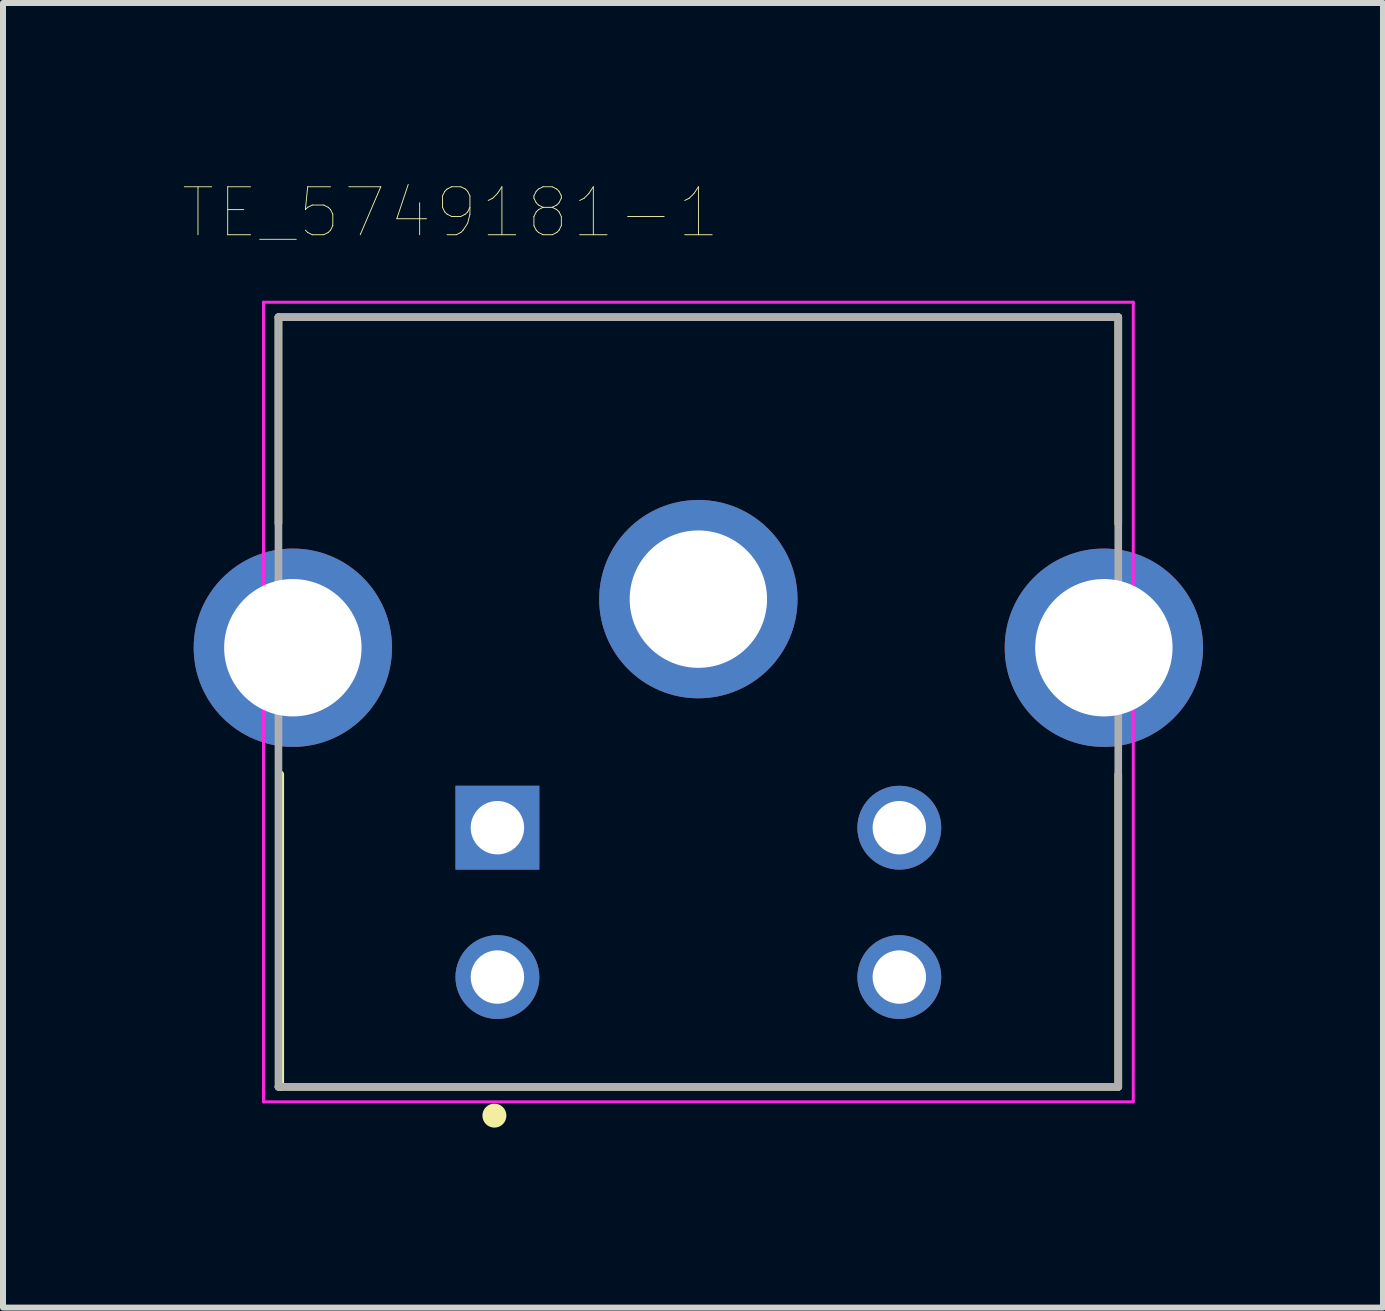
<source format=kicad_pcb>
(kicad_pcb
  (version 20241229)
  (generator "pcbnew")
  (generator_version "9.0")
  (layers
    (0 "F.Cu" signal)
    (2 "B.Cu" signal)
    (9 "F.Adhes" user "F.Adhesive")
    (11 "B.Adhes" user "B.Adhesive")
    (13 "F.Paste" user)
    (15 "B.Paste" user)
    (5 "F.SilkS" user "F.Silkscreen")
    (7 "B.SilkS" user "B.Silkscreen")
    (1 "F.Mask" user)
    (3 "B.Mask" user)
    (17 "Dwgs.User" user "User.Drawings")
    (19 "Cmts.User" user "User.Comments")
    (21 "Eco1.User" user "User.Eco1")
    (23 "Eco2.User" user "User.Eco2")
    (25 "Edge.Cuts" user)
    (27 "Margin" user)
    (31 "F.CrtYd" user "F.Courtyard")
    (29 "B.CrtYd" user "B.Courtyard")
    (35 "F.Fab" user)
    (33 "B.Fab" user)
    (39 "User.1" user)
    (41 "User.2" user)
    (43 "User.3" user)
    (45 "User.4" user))
  (footprint "TE_5749181-1"
    (layer "F.Cu")
    (at 8.592 10.748)
    (property "Reference" "TE_5749181-1" (at -4.132 -10.254 0) (layer "F.SilkS") (effects (font (size 0.8 0.8) (thickness 0.015))))
    (attr through_hole)
    (fp_line (start -7 -8.51) (end 7 -8.51) (stroke (width 0.127) (type solid)) (layer "F.SilkS"))
    (fp_line (start -7 -5.07) (end -7 -8.51) (stroke (width 0.127) (type solid)) (layer "F.SilkS"))
    (fp_line (start -6.97 -0.89) (end -6.97 4.32) (stroke (width 0.127) (type solid)) (layer "F.SilkS"))
    (fp_line (start -6.97 4.32) (end -7 4.32) (stroke (width 0.127) (type solid)) (layer "F.SilkS"))
    (fp_line (start 7 -5.07) (end 7 -8.51) (stroke (width 0.127) (type solid)) (layer "F.SilkS"))
    (fp_line (start 7 -0.89) (end 7 4.32) (stroke (width 0.127) (type solid)) (layer "F.SilkS"))
    (fp_line (start 7 4.32) (end -6.97 4.32) (stroke (width 0.127) (type solid)) (layer "F.SilkS"))
    (fp_circle (center -3.4 4.8) (end -3.3 4.8) (stroke (width 0.2) (type solid)) (fill no) (layer "F.SilkS"))
    (fp_line (start -7.25 -8.76) (end 7.25 -8.76) (stroke (width 0.05) (type solid)) (layer "F.CrtYd"))
    (fp_line (start -7.25 4.57) (end -7.25 -8.76) (stroke (width 0.05) (type solid)) (layer "F.CrtYd"))
    (fp_line (start 7.25 -8.76) (end 7.25 4.57) (stroke (width 0.05) (type solid)) (layer "F.CrtYd"))
    (fp_line (start 7.25 4.57) (end -7.25 4.57) (stroke (width 0.05) (type solid)) (layer "F.CrtYd"))
    (fp_line (start -7 -8.51) (end 7 -8.51) (stroke (width 0.127) (type solid)) (layer "F.Fab"))
    (fp_line (start -7 4.32) (end -7 -8.51) (stroke (width 0.127) (type solid)) (layer "F.Fab"))
    (fp_line (start 7 -8.51) (end 7 4.32) (stroke (width 0.127) (type solid)) (layer "F.Fab"))
    (fp_line (start 7 4.32) (end -7 4.32) (stroke (width 0.127) (type solid)) (layer "F.Fab"))
    (pad "1" thru_hole rect (at -3.35 0) (size 1.398 1.398) (drill 0.89) (layers "*.Cu" "*.Mask"))
    (pad "2" thru_hole circle (at 3.35 0) (size 1.398 1.398) (drill 0.89) (layers "*.Cu" "*.Mask"))
    (pad "3" thru_hole circle (at -3.35 2.49) (size 1.398 1.398) (drill 0.89) (layers "*.Cu" "*.Mask"))
    (pad "4" thru_hole circle (at 3.35 2.49) (size 1.398 1.398) (drill 0.89) (layers "*.Cu" "*.Mask"))
    (pad "5" thru_hole circle (at 0 -3.81) (size 3.306 3.306) (drill 2.29) (layers "*.Cu" "*.Mask"))
    (pad "6" thru_hole circle (at 6.76 -3) (size 3.306 3.306) (drill 2.29) (layers "*.Cu" "*.Mask"))
    (pad "7" thru_hole circle (at -6.76 -3) (size 3.306 3.306) (drill 2.29) (layers "*.Cu" "*.Mask")))
  (gr_rect
    (start -3 -3)
    (end 20.005 18.748)
    (stroke (width 0.1) (type default))
    (fill no)
    (layer "Edge.Cuts")))
</source>
